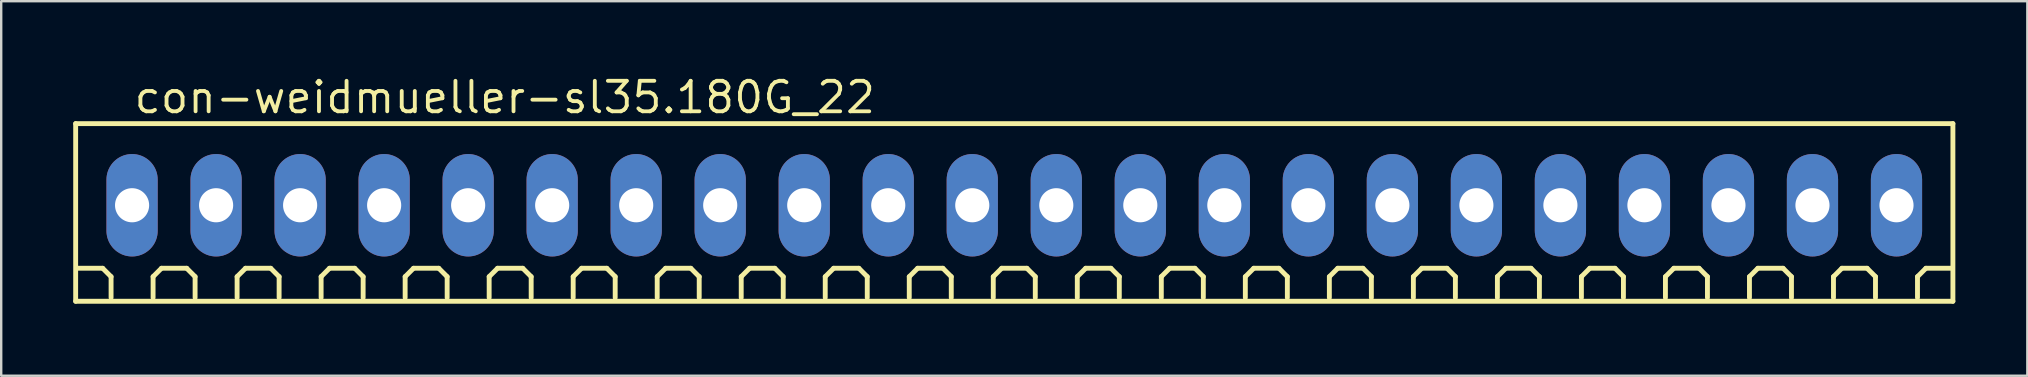
<source format=kicad_pcb>
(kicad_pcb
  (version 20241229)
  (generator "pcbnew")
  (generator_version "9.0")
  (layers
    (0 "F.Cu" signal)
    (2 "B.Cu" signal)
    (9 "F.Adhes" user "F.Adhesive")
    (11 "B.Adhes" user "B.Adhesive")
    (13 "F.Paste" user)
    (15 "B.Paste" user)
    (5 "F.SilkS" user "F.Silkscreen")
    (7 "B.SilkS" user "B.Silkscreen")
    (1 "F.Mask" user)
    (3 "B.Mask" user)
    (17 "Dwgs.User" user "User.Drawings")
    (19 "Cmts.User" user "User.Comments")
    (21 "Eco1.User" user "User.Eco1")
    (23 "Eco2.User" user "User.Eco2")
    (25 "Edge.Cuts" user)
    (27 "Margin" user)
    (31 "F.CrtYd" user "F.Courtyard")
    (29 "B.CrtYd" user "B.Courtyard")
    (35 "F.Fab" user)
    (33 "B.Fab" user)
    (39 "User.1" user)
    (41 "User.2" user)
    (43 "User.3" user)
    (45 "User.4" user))
  (footprint "con-weidmueller-sl35.180G_22"
    (layer "F.Cu")
    (at 39.202 5.5)
    (property "Reference" "con-weidmueller-sl35.180G_22" (at -36.75 -3.75 0) (layer "F.SilkS") (effects (font (size 1.27 1.27) (thickness 0.16)) (justify left bottom)))
    (attr through_hole)
    (fp_line (start -39.1 -3.4) (end 39.1 -3.4) (stroke (width 0.203) (type default)) (layer "F.SilkS"))
    (fp_line (start -39.1 4) (end -39.1 -3.4) (stroke (width 0.203) (type default)) (layer "F.SilkS"))
    (fp_line (start -37.975 2.625) (end -39.025 2.625) (stroke (width 0.203) (type default)) (layer "F.SilkS"))
    (fp_line (start -37.625 2.975) (end -37.975 2.625) (stroke (width 0.203) (type default)) (layer "F.SilkS"))
    (fp_line (start -37.625 3.85) (end -37.625 2.975) (stroke (width 0.203) (type default)) (layer "F.SilkS"))
    (fp_line (start -35.875 2.975) (end -35.525 2.625) (stroke (width 0.203) (type default)) (layer "F.SilkS"))
    (fp_line (start -35.875 3.85) (end -35.875 2.975) (stroke (width 0.203) (type default)) (layer "F.SilkS"))
    (fp_line (start -35.525 2.625) (end -34.475 2.625) (stroke (width 0.203) (type default)) (layer "F.SilkS"))
    (fp_line (start -34.475 2.625) (end -34.125 2.975) (stroke (width 0.203) (type default)) (layer "F.SilkS"))
    (fp_line (start -34.125 2.975) (end -34.125 3.85) (stroke (width 0.203) (type default)) (layer "F.SilkS"))
    (fp_line (start -32.375 2.975) (end -32.025 2.625) (stroke (width 0.203) (type default)) (layer "F.SilkS"))
    (fp_line (start -32.375 3.85) (end -32.375 2.975) (stroke (width 0.203) (type default)) (layer "F.SilkS"))
    (fp_line (start -32.025 2.625) (end -30.975 2.625) (stroke (width 0.203) (type default)) (layer "F.SilkS"))
    (fp_line (start -30.975 2.625) (end -30.625 2.975) (stroke (width 0.203) (type default)) (layer "F.SilkS"))
    (fp_line (start -30.625 2.975) (end -30.625 3.85) (stroke (width 0.203) (type default)) (layer "F.SilkS"))
    (fp_line (start -28.875 2.975) (end -28.525 2.625) (stroke (width 0.203) (type default)) (layer "F.SilkS"))
    (fp_line (start -28.875 3.85) (end -28.875 2.975) (stroke (width 0.203) (type default)) (layer "F.SilkS"))
    (fp_line (start -28.525 2.625) (end -27.475 2.625) (stroke (width 0.203) (type default)) (layer "F.SilkS"))
    (fp_line (start -27.475 2.625) (end -27.125 2.975) (stroke (width 0.203) (type default)) (layer "F.SilkS"))
    (fp_line (start -27.125 2.975) (end -27.125 3.85) (stroke (width 0.203) (type default)) (layer "F.SilkS"))
    (fp_line (start -25.375 2.975) (end -25.025 2.625) (stroke (width 0.203) (type default)) (layer "F.SilkS"))
    (fp_line (start -25.375 3.85) (end -25.375 2.975) (stroke (width 0.203) (type default)) (layer "F.SilkS"))
    (fp_line (start -25.025 2.625) (end -23.975 2.625) (stroke (width 0.203) (type default)) (layer "F.SilkS"))
    (fp_line (start -23.975 2.625) (end -23.625 2.975) (stroke (width 0.203) (type default)) (layer "F.SilkS"))
    (fp_line (start -23.625 2.975) (end -23.625 3.85) (stroke (width 0.203) (type default)) (layer "F.SilkS"))
    (fp_line (start -21.875 2.975) (end -21.525 2.625) (stroke (width 0.203) (type default)) (layer "F.SilkS"))
    (fp_line (start -21.875 3.85) (end -21.875 2.975) (stroke (width 0.203) (type default)) (layer "F.SilkS"))
    (fp_line (start -21.525 2.625) (end -20.475 2.625) (stroke (width 0.203) (type default)) (layer "F.SilkS"))
    (fp_line (start -20.475 2.625) (end -20.125 2.975) (stroke (width 0.203) (type default)) (layer "F.SilkS"))
    (fp_line (start -20.125 2.975) (end -20.125 3.85) (stroke (width 0.203) (type default)) (layer "F.SilkS"))
    (fp_line (start -18.375 2.975) (end -18.025 2.625) (stroke (width 0.203) (type default)) (layer "F.SilkS"))
    (fp_line (start -18.375 3.85) (end -18.375 2.975) (stroke (width 0.203) (type default)) (layer "F.SilkS"))
    (fp_line (start -18.025 2.625) (end -16.975 2.625) (stroke (width 0.203) (type default)) (layer "F.SilkS"))
    (fp_line (start -16.975 2.625) (end -16.625 2.975) (stroke (width 0.203) (type default)) (layer "F.SilkS"))
    (fp_line (start -16.625 2.975) (end -16.625 3.85) (stroke (width 0.203) (type default)) (layer "F.SilkS"))
    (fp_line (start -14.875 2.975) (end -14.525 2.625) (stroke (width 0.203) (type default)) (layer "F.SilkS"))
    (fp_line (start -14.875 3.85) (end -14.875 2.975) (stroke (width 0.203) (type default)) (layer "F.SilkS"))
    (fp_line (start -14.525 2.625) (end -13.475 2.625) (stroke (width 0.203) (type default)) (layer "F.SilkS"))
    (fp_line (start -13.475 2.625) (end -13.125 2.975) (stroke (width 0.203) (type default)) (layer "F.SilkS"))
    (fp_line (start -13.125 2.975) (end -13.125 3.85) (stroke (width 0.203) (type default)) (layer "F.SilkS"))
    (fp_line (start -11.375 2.975) (end -11.025 2.625) (stroke (width 0.203) (type default)) (layer "F.SilkS"))
    (fp_line (start -11.375 3.85) (end -11.375 2.975) (stroke (width 0.203) (type default)) (layer "F.SilkS"))
    (fp_line (start -11.025 2.625) (end -9.975 2.625) (stroke (width 0.203) (type default)) (layer "F.SilkS"))
    (fp_line (start -9.975 2.625) (end -9.625 2.975) (stroke (width 0.203) (type default)) (layer "F.SilkS"))
    (fp_line (start -9.625 2.975) (end -9.625 3.85) (stroke (width 0.203) (type default)) (layer "F.SilkS"))
    (fp_line (start -7.875 2.975) (end -7.525 2.625) (stroke (width 0.203) (type default)) (layer "F.SilkS"))
    (fp_line (start -7.875 3.85) (end -7.875 2.975) (stroke (width 0.203) (type default)) (layer "F.SilkS"))
    (fp_line (start -7.525 2.625) (end -6.475 2.625) (stroke (width 0.203) (type default)) (layer "F.SilkS"))
    (fp_line (start -6.475 2.625) (end -6.125 2.975) (stroke (width 0.203) (type default)) (layer "F.SilkS"))
    (fp_line (start -6.125 2.975) (end -6.125 3.85) (stroke (width 0.203) (type default)) (layer "F.SilkS"))
    (fp_line (start -4.375 2.975) (end -4.025 2.625) (stroke (width 0.203) (type default)) (layer "F.SilkS"))
    (fp_line (start -4.375 3.85) (end -4.375 2.975) (stroke (width 0.203) (type default)) (layer "F.SilkS"))
    (fp_line (start -4.025 2.625) (end -2.975 2.625) (stroke (width 0.203) (type default)) (layer "F.SilkS"))
    (fp_line (start -2.975 2.625) (end -2.625 2.975) (stroke (width 0.203) (type default)) (layer "F.SilkS"))
    (fp_line (start -2.625 2.975) (end -2.625 3.85) (stroke (width 0.203) (type default)) (layer "F.SilkS"))
    (fp_line (start -0.875 2.975) (end -0.525 2.625) (stroke (width 0.203) (type default)) (layer "F.SilkS"))
    (fp_line (start -0.875 3.85) (end -0.875 2.975) (stroke (width 0.203) (type default)) (layer "F.SilkS"))
    (fp_line (start -0.525 2.625) (end 0.525 2.625) (stroke (width 0.203) (type default)) (layer "F.SilkS"))
    (fp_line (start 0.525 2.625) (end 0.875 2.975) (stroke (width 0.203) (type default)) (layer "F.SilkS"))
    (fp_line (start 0.875 2.975) (end 0.875 3.85) (stroke (width 0.203) (type default)) (layer "F.SilkS"))
    (fp_line (start 2.625 2.975) (end 2.975 2.625) (stroke (width 0.203) (type default)) (layer "F.SilkS"))
    (fp_line (start 2.625 3.85) (end 2.625 2.975) (stroke (width 0.203) (type default)) (layer "F.SilkS"))
    (fp_line (start 2.975 2.625) (end 4.025 2.625) (stroke (width 0.203) (type default)) (layer "F.SilkS"))
    (fp_line (start 4.025 2.625) (end 4.375 2.975) (stroke (width 0.203) (type default)) (layer "F.SilkS"))
    (fp_line (start 4.375 2.975) (end 4.375 3.85) (stroke (width 0.203) (type default)) (layer "F.SilkS"))
    (fp_line (start 6.125 2.975) (end 6.475 2.625) (stroke (width 0.203) (type default)) (layer "F.SilkS"))
    (fp_line (start 6.125 3.85) (end 6.125 2.975) (stroke (width 0.203) (type default)) (layer "F.SilkS"))
    (fp_line (start 6.475 2.625) (end 7.525 2.625) (stroke (width 0.203) (type default)) (layer "F.SilkS"))
    (fp_line (start 7.525 2.625) (end 7.875 2.975) (stroke (width 0.203) (type default)) (layer "F.SilkS"))
    (fp_line (start 7.875 2.975) (end 7.875 3.85) (stroke (width 0.203) (type default)) (layer "F.SilkS"))
    (fp_line (start 9.625 2.975) (end 9.975 2.625) (stroke (width 0.203) (type default)) (layer "F.SilkS"))
    (fp_line (start 9.625 3.85) (end 9.625 2.975) (stroke (width 0.203) (type default)) (layer "F.SilkS"))
    (fp_line (start 9.975 2.625) (end 11.025 2.625) (stroke (width 0.203) (type default)) (layer "F.SilkS"))
    (fp_line (start 11.025 2.625) (end 11.375 2.975) (stroke (width 0.203) (type default)) (layer "F.SilkS"))
    (fp_line (start 11.375 2.975) (end 11.375 3.85) (stroke (width 0.203) (type default)) (layer "F.SilkS"))
    (fp_line (start 13.125 2.975) (end 13.475 2.625) (stroke (width 0.203) (type default)) (layer "F.SilkS"))
    (fp_line (start 13.125 3.85) (end 13.125 2.975) (stroke (width 0.203) (type default)) (layer "F.SilkS"))
    (fp_line (start 13.475 2.625) (end 14.525 2.625) (stroke (width 0.203) (type default)) (layer "F.SilkS"))
    (fp_line (start 14.525 2.625) (end 14.875 2.975) (stroke (width 0.203) (type default)) (layer "F.SilkS"))
    (fp_line (start 14.875 2.975) (end 14.875 3.85) (stroke (width 0.203) (type default)) (layer "F.SilkS"))
    (fp_line (start 16.625 2.975) (end 16.975 2.625) (stroke (width 0.203) (type default)) (layer "F.SilkS"))
    (fp_line (start 16.625 3.85) (end 16.625 2.975) (stroke (width 0.203) (type default)) (layer "F.SilkS"))
    (fp_line (start 16.975 2.625) (end 18.025 2.625) (stroke (width 0.203) (type default)) (layer "F.SilkS"))
    (fp_line (start 18.025 2.625) (end 18.375 2.975) (stroke (width 0.203) (type default)) (layer "F.SilkS"))
    (fp_line (start 18.375 2.975) (end 18.375 3.85) (stroke (width 0.203) (type default)) (layer "F.SilkS"))
    (fp_line (start 20.125 2.975) (end 20.475 2.625) (stroke (width 0.203) (type default)) (layer "F.SilkS"))
    (fp_line (start 20.125 3.85) (end 20.125 2.975) (stroke (width 0.203) (type default)) (layer "F.SilkS"))
    (fp_line (start 20.475 2.625) (end 21.525 2.625) (stroke (width 0.203) (type default)) (layer "F.SilkS"))
    (fp_line (start 21.525 2.625) (end 21.875 2.975) (stroke (width 0.203) (type default)) (layer "F.SilkS"))
    (fp_line (start 21.875 2.975) (end 21.875 3.85) (stroke (width 0.203) (type default)) (layer "F.SilkS"))
    (fp_line (start 23.625 2.975) (end 23.975 2.625) (stroke (width 0.203) (type default)) (layer "F.SilkS"))
    (fp_line (start 23.625 3.85) (end 23.625 2.975) (stroke (width 0.203) (type default)) (layer "F.SilkS"))
    (fp_line (start 23.975 2.625) (end 25.025 2.625) (stroke (width 0.203) (type default)) (layer "F.SilkS"))
    (fp_line (start 25.025 2.625) (end 25.375 2.975) (stroke (width 0.203) (type default)) (layer "F.SilkS"))
    (fp_line (start 25.375 2.975) (end 25.375 3.85) (stroke (width 0.203) (type default)) (layer "F.SilkS"))
    (fp_line (start 27.125 2.975) (end 27.475 2.625) (stroke (width 0.203) (type default)) (layer "F.SilkS"))
    (fp_line (start 27.125 3.85) (end 27.125 2.975) (stroke (width 0.203) (type default)) (layer "F.SilkS"))
    (fp_line (start 27.475 2.625) (end 28.525 2.625) (stroke (width 0.203) (type default)) (layer "F.SilkS"))
    (fp_line (start 28.525 2.625) (end 28.875 2.975) (stroke (width 0.203) (type default)) (layer "F.SilkS"))
    (fp_line (start 28.875 2.975) (end 28.875 3.85) (stroke (width 0.203) (type default)) (layer "F.SilkS"))
    (fp_line (start 30.625 2.975) (end 30.975 2.625) (stroke (width 0.203) (type default)) (layer "F.SilkS"))
    (fp_line (start 30.625 3.85) (end 30.625 2.975) (stroke (width 0.203) (type default)) (layer "F.SilkS"))
    (fp_line (start 30.975 2.625) (end 32.025 2.625) (stroke (width 0.203) (type default)) (layer "F.SilkS"))
    (fp_line (start 32.025 2.625) (end 32.375 2.975) (stroke (width 0.203) (type default)) (layer "F.SilkS"))
    (fp_line (start 32.375 2.975) (end 32.375 3.85) (stroke (width 0.203) (type default)) (layer "F.SilkS"))
    (fp_line (start 34.125 2.975) (end 34.475 2.625) (stroke (width 0.203) (type default)) (layer "F.SilkS"))
    (fp_line (start 34.125 3.85) (end 34.125 2.975) (stroke (width 0.203) (type default)) (layer "F.SilkS"))
    (fp_line (start 34.475 2.625) (end 35.525 2.625) (stroke (width 0.203) (type default)) (layer "F.SilkS"))
    (fp_line (start 35.525 2.625) (end 35.875 2.975) (stroke (width 0.203) (type default)) (layer "F.SilkS"))
    (fp_line (start 35.875 2.975) (end 35.875 3.85) (stroke (width 0.203) (type default)) (layer "F.SilkS"))
    (fp_line (start 37.625 2.975) (end 37.975 2.625) (stroke (width 0.203) (type default)) (layer "F.SilkS"))
    (fp_line (start 37.625 3.85) (end 37.625 2.975) (stroke (width 0.203) (type default)) (layer "F.SilkS"))
    (fp_line (start 37.975 2.625) (end 39.025 2.625) (stroke (width 0.203) (type default)) (layer "F.SilkS"))
    (fp_line (start 39.1 -3.4) (end 39.1 4) (stroke (width 0.203) (type default)) (layer "F.SilkS"))
    (fp_line (start 39.1 4) (end -39.1 4) (stroke (width 0.203) (type default)) (layer "F.SilkS"))
    (pad "1" thru_hole oval (at -36.75 0 90) (size 4.267 2.134) (drill 1.422) (layers "*.Cu" "*.Mask"))
    (pad "2" thru_hole oval (at -33.25 0 90) (size 4.267 2.134) (drill 1.422) (layers "*.Cu" "*.Mask"))
    (pad "3" thru_hole oval (at -29.75 0 90) (size 4.267 2.134) (drill 1.422) (layers "*.Cu" "*.Mask"))
    (pad "4" thru_hole oval (at -26.25 0 90) (size 4.267 2.134) (drill 1.422) (layers "*.Cu" "*.Mask"))
    (pad "5" thru_hole oval (at -22.75 0 90) (size 4.267 2.134) (drill 1.422) (layers "*.Cu" "*.Mask"))
    (pad "6" thru_hole oval (at -19.25 0 90) (size 4.267 2.134) (drill 1.422) (layers "*.Cu" "*.Mask"))
    (pad "7" thru_hole oval (at -15.75 0 90) (size 4.267 2.134) (drill 1.422) (layers "*.Cu" "*.Mask"))
    (pad "8" thru_hole oval (at -12.25 0 90) (size 4.267 2.134) (drill 1.422) (layers "*.Cu" "*.Mask"))
    (pad "9" thru_hole oval (at -8.75 0 90) (size 4.267 2.134) (drill 1.422) (layers "*.Cu" "*.Mask"))
    (pad "10" thru_hole oval (at -5.25 0 90) (size 4.267 2.134) (drill 1.422) (layers "*.Cu" "*.Mask"))
    (pad "11" thru_hole oval (at -1.75 0 90) (size 4.267 2.134) (drill 1.422) (layers "*.Cu" "*.Mask"))
    (pad "12" thru_hole oval (at 1.75 0 90) (size 4.267 2.134) (drill 1.422) (layers "*.Cu" "*.Mask"))
    (pad "13" thru_hole oval (at 5.25 0 90) (size 4.267 2.134) (drill 1.422) (layers "*.Cu" "*.Mask"))
    (pad "14" thru_hole oval (at 8.75 0 90) (size 4.267 2.134) (drill 1.422) (layers "*.Cu" "*.Mask"))
    (pad "15" thru_hole oval (at 12.25 0 90) (size 4.267 2.134) (drill 1.422) (layers "*.Cu" "*.Mask"))
    (pad "16" thru_hole oval (at 15.75 0 90) (size 4.267 2.134) (drill 1.422) (layers "*.Cu" "*.Mask"))
    (pad "17" thru_hole oval (at 19.25 0 90) (size 4.267 2.134) (drill 1.422) (layers "*.Cu" "*.Mask"))
    (pad "18" thru_hole oval (at 22.75 0 90) (size 4.267 2.134) (drill 1.422) (layers "*.Cu" "*.Mask"))
    (pad "19" thru_hole oval (at 26.25 0 90) (size 4.267 2.134) (drill 1.422) (layers "*.Cu" "*.Mask"))
    (pad "20" thru_hole oval (at 29.75 0 90) (size 4.267 2.134) (drill 1.422) (layers "*.Cu" "*.Mask"))
    (pad "21" thru_hole oval (at 33.25 0 90) (size 4.267 2.134) (drill 1.422) (layers "*.Cu" "*.Mask"))
    (pad "22" thru_hole oval (at 36.75 0 90) (size 4.267 2.134) (drill 1.422) (layers "*.Cu" "*.Mask")))
  (gr_rect
    (start -3 -3)
    (end 81.403 12.602)
    (stroke (width 0.1) (type default))
    (fill no)
    (layer "Edge.Cuts")))
</source>
